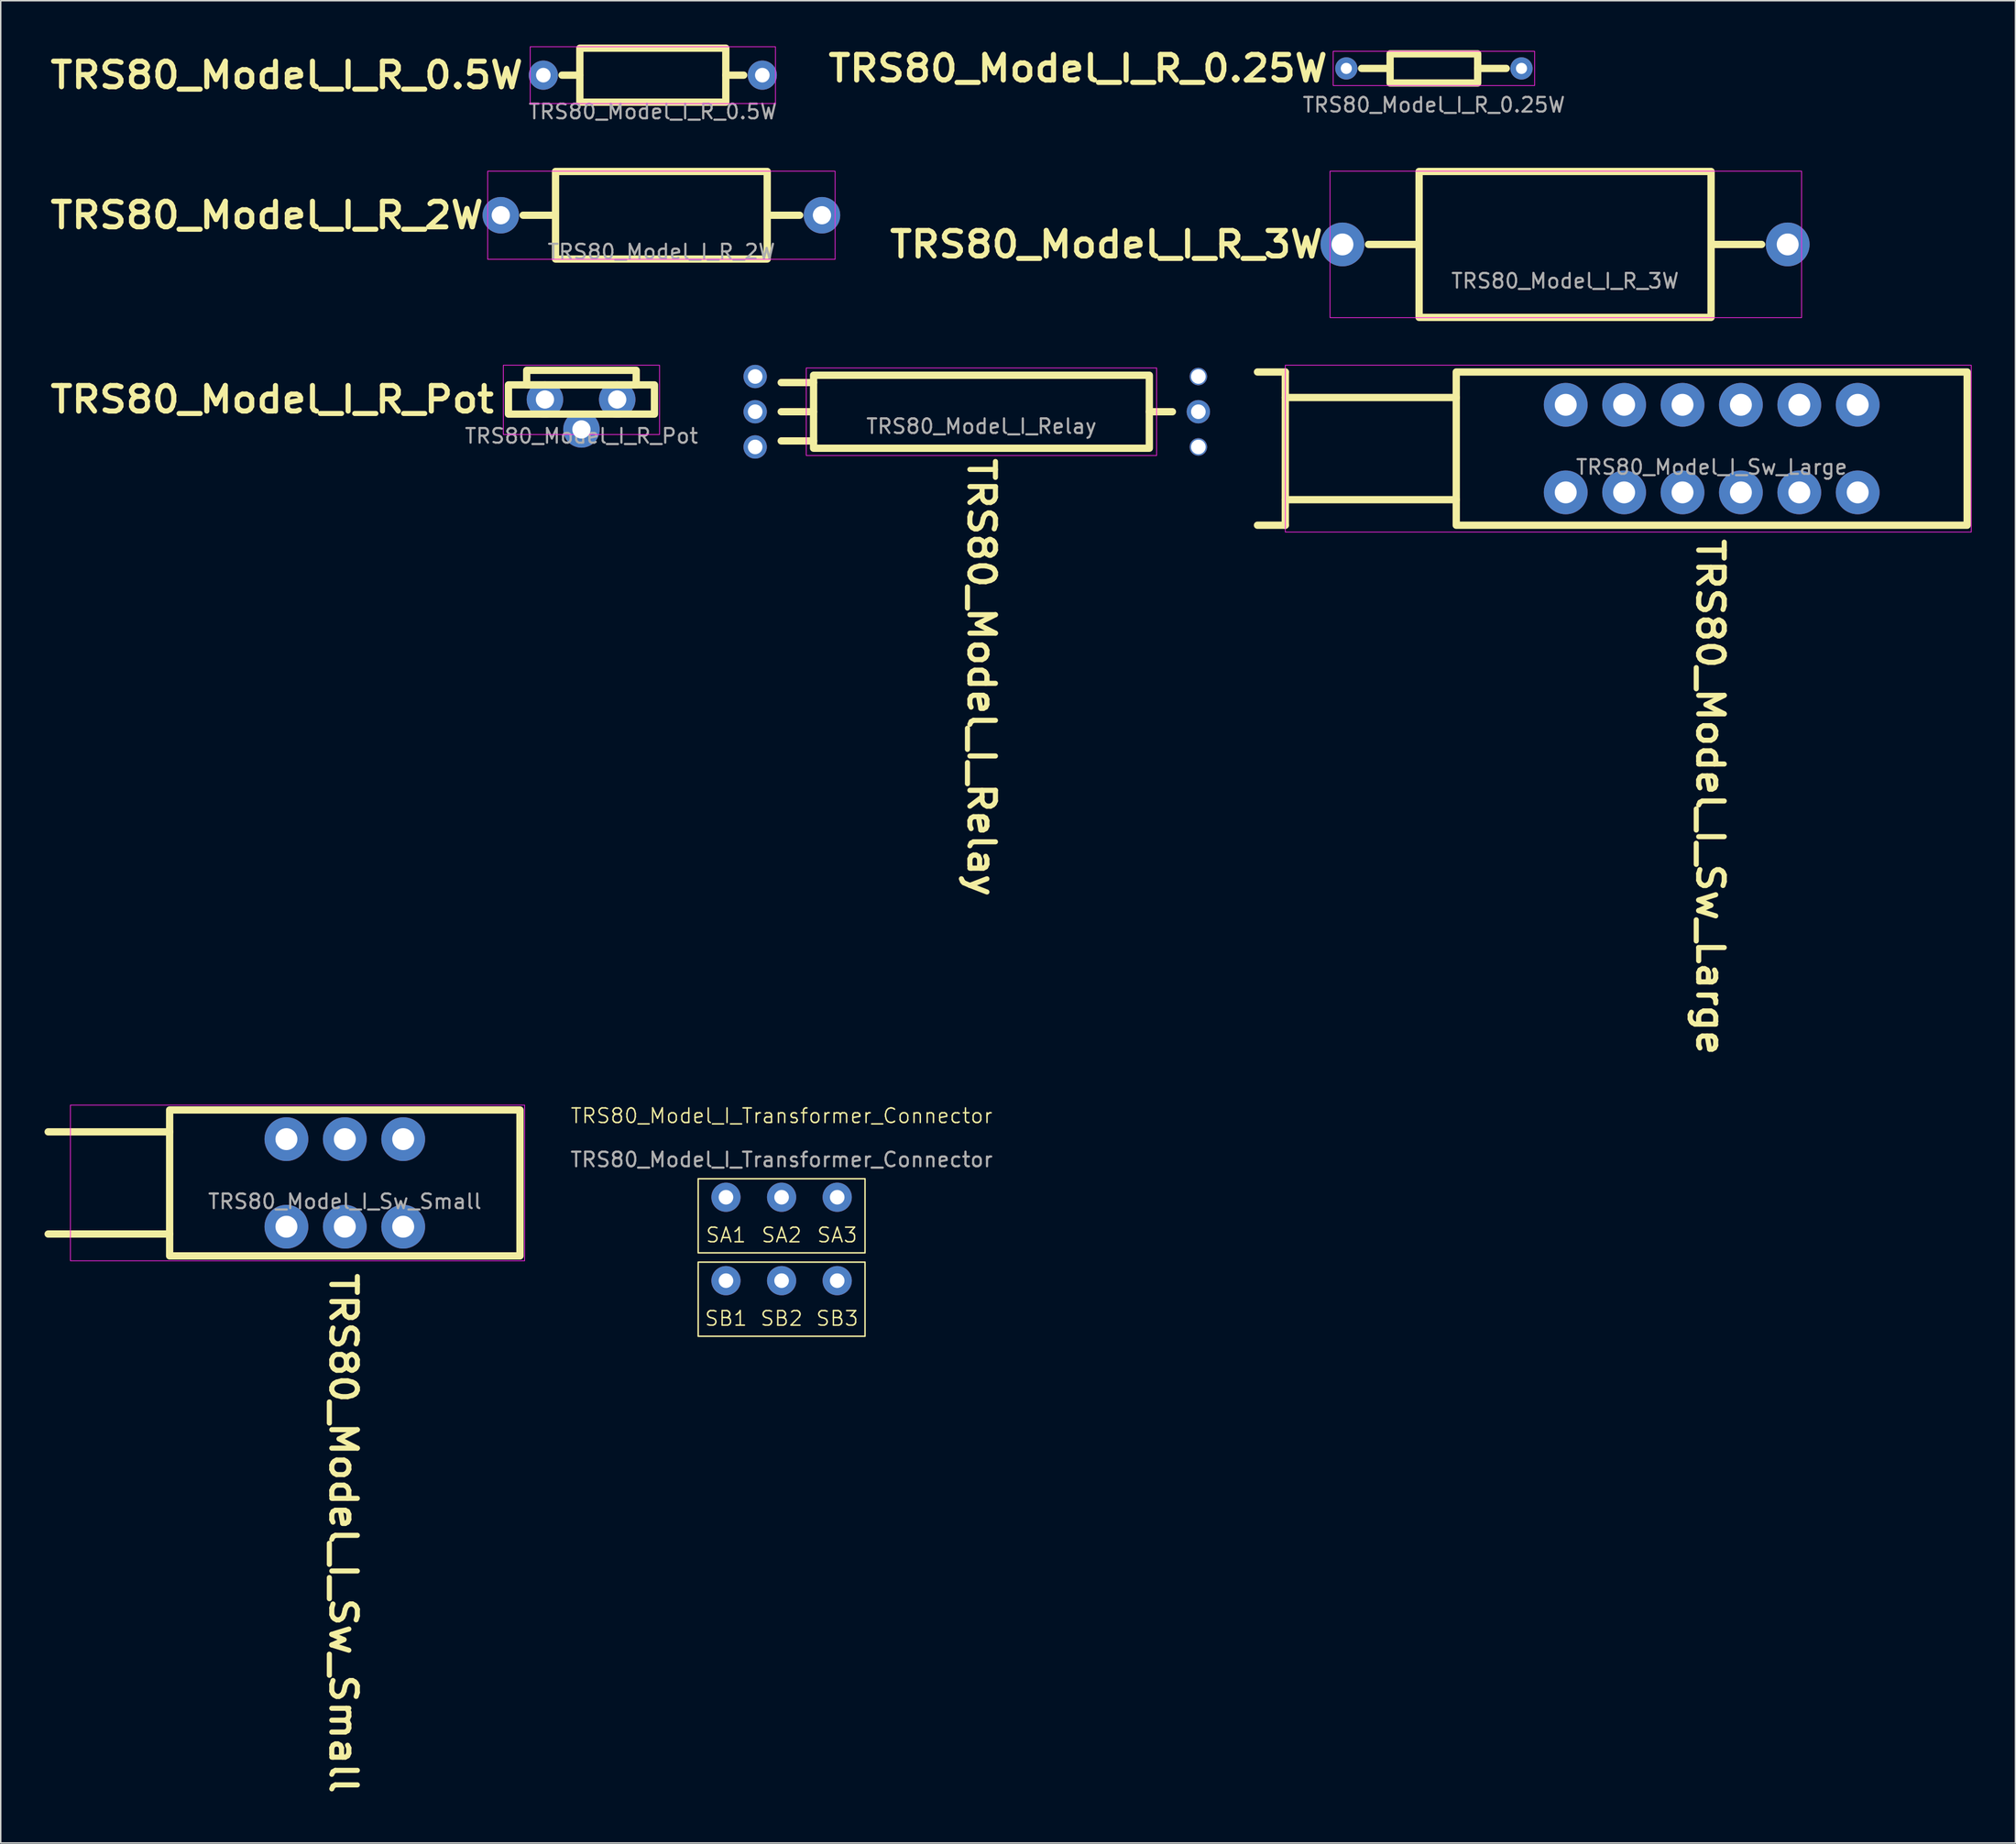
<source format=kicad_pcb>
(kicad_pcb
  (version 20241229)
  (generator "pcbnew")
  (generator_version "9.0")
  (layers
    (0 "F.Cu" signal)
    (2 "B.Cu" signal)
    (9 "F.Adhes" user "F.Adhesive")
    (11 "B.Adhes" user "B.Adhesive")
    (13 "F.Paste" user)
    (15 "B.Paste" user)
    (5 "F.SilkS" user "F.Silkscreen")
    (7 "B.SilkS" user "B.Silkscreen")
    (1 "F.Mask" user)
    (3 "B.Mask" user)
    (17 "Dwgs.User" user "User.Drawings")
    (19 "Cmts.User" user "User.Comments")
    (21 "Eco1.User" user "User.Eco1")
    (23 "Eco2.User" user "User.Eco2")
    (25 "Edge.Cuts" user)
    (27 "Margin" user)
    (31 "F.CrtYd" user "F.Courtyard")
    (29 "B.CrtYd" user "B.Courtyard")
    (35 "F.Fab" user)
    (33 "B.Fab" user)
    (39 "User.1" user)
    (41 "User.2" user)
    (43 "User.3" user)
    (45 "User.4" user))
  (footprint "TRS80_Model_I_R_Pot"
    (layer "F.Cu")
    (at 36.78 24.323)
    (property "Reference" "TRS80_Model_I_R_Pot" (at -5.8 0 0) (unlocked yes) (layer "F.SilkS") (effects (font (size 1.75 1.9) (thickness 0.35) (bold yes)) (justify right)))
    (attr through_hole)
    (fp_rect (start -5 -1) (end 5 1) (stroke (width 0.5) (type default)) (fill no) (layer "F.SilkS"))
    (fp_rect (start -3.75 -2) (end 3.75 -1) (stroke (width 0.5) (type default)) (fill no) (layer "F.SilkS"))
    (fp_rect (start -5.35 -2.35) (end 5.35 2.4) (stroke (width 0.05) (type default)) (fill no) (layer "F.CrtYd"))
    (fp_text user "${REFERENCE}" (at 0 2.5 0) (unlocked yes) (layer "F.Fab") (effects (font (size 1 1) (thickness 0.15))))
    (pad "1" thru_hole circle (at -2.5 0) (size 2.5 2.5) (drill 1.25) (layers "*.Cu" "*.Mask"))
    (pad "2" thru_hole circle (at 0 2.05) (size 2.5 2.5) (drill 1.25) (layers "*.Cu" "*.Mask"))
    (pad "3" thru_hole circle (at 2.45 0) (size 2.5 2.5) (drill 1.25) (layers "*.Cu" "*.Mask")))
  (footprint "TRS80_Model_I_R_3W"
    (layer "F.Cu")
    (at 104.161 13.698)
    (property "Reference" "TRS80_Model_I_R_3W" (at -16.4 0 0) (unlocked yes) (layer "F.SilkS") (effects (font (size 1.75 1.9) (thickness 0.35) (bold yes)) (justify right)))
    (attr through_hole)
    (fp_line (start -10.1 0) (end -13.462 0) (stroke (width 0.5) (type default)) (layer "F.SilkS"))
    (fp_line (start 10.1 0) (end 13.462 0) (stroke (width 0.5) (type default)) (layer "F.SilkS"))
    (fp_rect (start -10 -5) (end 10 5) (stroke (width 0.5) (type default)) (fill no) (layer "F.SilkS"))
    (fp_rect (start -16.1 -5.019) (end 16.2 5.019) (stroke (width 0.05) (type default)) (fill no) (layer "F.CrtYd"))
    (fp_text user "${REFERENCE}" (at 0 2.5 0) (unlocked yes) (layer "F.Fab") (effects (font (size 1 1) (thickness 0.15))))
    (pad "1" thru_hole circle (at -15.25 0) (size 3 3) (drill 1.5) (layers "*.Cu" "*.Mask"))
    (pad "2" thru_hole circle (at 15.25 0) (size 3 3) (drill 1.5) (layers "*.Cu" "*.Mask")))
  (footprint "TRS80_Model_I_Sw_Large"
    (layer "F.Cu")
    (at 114.205 27.688)
    (property "Reference" "TRS80_Model_I_Sw_Large" (at -0.1 6 270) (unlocked yes) (layer "F.SilkS") (effects (font (size 1.75 1.9) (thickness 0.35) (bold yes)) (justify left)))
    (attr through_hole)
    (fp_line (start -29.21 -5.25) (end -31.115 -5.25) (stroke (width 0.5) (type default)) (layer "F.SilkS"))
    (fp_line (start -29.21 -5.25) (end -29.21 5.25) (stroke (width 0.5) (type default)) (layer "F.SilkS"))
    (fp_line (start -29.21 5.25) (end -31.115 5.25) (stroke (width 0.5) (type default)) (layer "F.SilkS"))
    (fp_line (start -17.5 -3.5) (end -29.21 -3.5) (stroke (width 0.5) (type default)) (layer "F.SilkS"))
    (fp_line (start -17.5 3.5) (end -29.21 3.5) (stroke (width 0.5) (type default)) (layer "F.SilkS"))
    (fp_rect (start -17.5 -5.25) (end 17.5 5.25) (stroke (width 0.5) (type default)) (fill no) (layer "F.SilkS"))
    (fp_rect (start -29.21 -5.715) (end 17.78 5.715) (stroke (width 0.05) (type default)) (fill no) (layer "F.CrtYd"))
    (fp_text user "${REFERENCE}" (at 0 1.27 0) (unlocked yes) (layer "F.Fab") (effects (font (size 1 1) (thickness 0.15))))
    (pad "1" thru_hole circle (at -10 -3) (size 3 3) (drill 1.5) (layers "*.Cu" "*.Mask"))
    (pad "2" thru_hole circle (at -6 -3) (size 3 3) (drill 1.5) (layers "*.Cu" "*.Mask"))
    (pad "3" thru_hole circle (at -2 -3) (size 3 3) (drill 1.5) (layers "*.Cu" "*.Mask"))
    (pad "4" thru_hole circle (at 2 -3) (size 3 3) (drill 1.5) (layers "*.Cu" "*.Mask"))
    (pad "5" thru_hole circle (at 6 -3) (size 3 3) (drill 1.5) (layers "*.Cu" "*.Mask"))
    (pad "6" thru_hole circle (at 10 -3) (size 3 3) (drill 1.5) (layers "*.Cu" "*.Mask"))
    (pad "7" thru_hole circle (at 10 3) (size 3 3) (drill 1.5) (layers "*.Cu" "*.Mask"))
    (pad "8" thru_hole circle (at 6 3) (size 3 3) (drill 1.5) (layers "*.Cu" "*.Mask"))
    (pad "9" thru_hole circle (at 2 3) (size 3 3) (drill 1.5) (layers "*.Cu" "*.Mask"))
    (pad "10" thru_hole circle (at -2 3) (size 3 3) (drill 1.5) (layers "*.Cu" "*.Mask"))
    (pad "11" thru_hole circle (at -6 3) (size 3 3) (drill 1.5) (layers "*.Cu" "*.Mask"))
    (pad "12" thru_hole circle (at -10 3) (size 3 3) (drill 1.5) (layers "*.Cu" "*.Mask")))
  (footprint "TRS80_Model_I_R_0.5W"
    (layer "F.Cu")
    (at 41.67 2.1)
    (property "Reference" "TRS80_Model_I_R_0.5W" (at -8.7 0 0) (unlocked yes) (layer "F.SilkS") (effects (font (size 1.75 1.9) (thickness 0.35) (bold yes)) (justify right)))
    (attr through_hole)
    (fp_line (start -5 0) (end -6.223 0) (stroke (width 0.5) (type default)) (layer "F.SilkS"))
    (fp_line (start 5 0) (end 6.223 0) (stroke (width 0.5) (type default)) (layer "F.SilkS"))
    (fp_rect (start -5 -1.85) (end 5 1.85) (stroke (width 0.5) (type default)) (fill no) (layer "F.SilkS"))
    (fp_rect (start -8.4 -1.946) (end 8.4 1.946) (stroke (width 0.05) (type default)) (fill no) (layer "F.CrtYd"))
    (fp_text user "${REFERENCE}" (at 0 2.5 0) (unlocked yes) (layer "F.Fab") (effects (font (size 1 1) (thickness 0.15))))
    (pad "1" thru_hole circle (at -7.5 0) (size 2 2) (drill 1) (layers "*.Cu" "*.Mask"))
    (pad "2" thru_hole circle (at 7.5 0) (size 2 2) (drill 1) (layers "*.Cu" "*.Mask")))
  (footprint "TRS80_Model_I_Sw_Small"
    (layer "F.Cu")
    (at 20.57 78.003)
    (property "Reference" "TRS80_Model_I_Sw_Small" (at -0.1 6 270) (unlocked yes) (layer "F.SilkS") (effects (font (size 1.75 1.9) (thickness 0.35) (bold yes)) (justify left)))
    (attr through_hole)
    (fp_line (start -20.32 3.5) (end -12 3.5) (stroke (width 0.5) (type default)) (layer "F.SilkS"))
    (fp_line (start -12 -3.5) (end -20.32 -3.5) (stroke (width 0.5) (type default)) (layer "F.SilkS"))
    (fp_rect (start -12 -5) (end 12 5) (stroke (width 0.5) (type default)) (fill no) (layer "F.SilkS"))
    (fp_rect (start 12.319 -5.334) (end -18.796 5.334) (stroke (width 0.05) (type default)) (fill no) (layer "F.CrtYd"))
    (fp_text user "${REFERENCE}" (at 0 1.27 0) (unlocked yes) (layer "F.Fab") (effects (font (size 1 1) (thickness 0.15))))
    (pad "1" thru_hole circle (at -4 -3) (size 3 3) (drill 1.5) (layers "*.Cu" "*.Mask"))
    (pad "2" thru_hole circle (at 0 -3) (size 3 3) (drill 1.5) (layers "*.Cu" "*.Mask"))
    (pad "3" thru_hole circle (at 4 -3) (size 3 3) (drill 1.5) (layers "*.Cu" "*.Mask"))
    (pad "4" thru_hole circle (at 4 3) (size 3 3) (drill 1.5) (layers "*.Cu" "*.Mask"))
    (pad "5" thru_hole circle (at 0 3) (size 3 3) (drill 1.5) (layers "*.Cu" "*.Mask"))
    (pad "6" thru_hole circle (at -4 3) (size 3 3) (drill 1.5) (layers "*.Cu" "*.Mask")))
  (footprint "TRS80_Model_I_R_0.25W"
    (layer "F.Cu")
    (at 95.175 1.638)
    (property "Reference" "TRS80_Model_I_R_0.25W" (at -7.1 0 0) (unlocked yes) (layer "F.SilkS") (effects (font (size 1.75 1.9) (thickness 0.35) (bold yes)) (justify right)))
    (attr through_hole)
    (fp_line (start -3 0) (end -4.953 0) (stroke (width 0.5) (type default)) (layer "F.SilkS"))
    (fp_line (start 3 0) (end 4.953 0) (stroke (width 0.5) (type default)) (layer "F.SilkS"))
    (fp_rect (start -3 -1) (end 3 1) (stroke (width 0.5) (type default)) (fill no) (layer "F.SilkS"))
    (fp_rect (start -6.9 -1.173) (end 6.9 1.173) (stroke (width 0.05) (type default)) (fill no) (layer "F.CrtYd"))
    (fp_text user "${REFERENCE}" (at 0 2.5 0) (unlocked yes) (layer "F.Fab") (effects (font (size 1 1) (thickness 0.15))))
    (pad "1" thru_hole circle (at -6 0) (size 1.524 1.524) (drill 0.762) (layers "*.Cu" "*.Mask"))
    (pad "2" thru_hole circle (at 6 0) (size 1.524 1.524) (drill 0.762) (layers "*.Cu" "*.Mask")))
  (footprint "TRS80_Model_I_Relay"
    (layer "F.Cu")
    (at 64.181 25.161)
    (property "Reference" "TRS80_Model_I_Relay" (at 0 3 270) (unlocked yes) (layer "F.SilkS") (effects (font (size 1.75 1.9) (thickness 0.35) (bold yes)) (justify left)))
    (attr through_hole)
    (fp_line (start -13.716 -2) (end -11.5 -2) (stroke (width 0.5) (type default)) (layer "F.SilkS"))
    (fp_line (start -13.716 0) (end -11.5 0) (stroke (width 0.5) (type default)) (layer "F.SilkS"))
    (fp_line (start -13.716 2) (end -11.5 2) (stroke (width 0.5) (type default)) (layer "F.SilkS"))
    (fp_line (start 11.5 0) (end 13.081 0) (stroke (width 0.5) (type default)) (layer "F.SilkS"))
    (fp_rect (start -11.5 -2.5) (end 11.5 2.5) (stroke (width 0.5) (type default)) (fill no) (layer "F.SilkS"))
    (fp_rect (start -12 -3) (end 12 3) (stroke (width 0.05) (type default)) (fill no) (layer "F.CrtYd"))
    (fp_text user "${REFERENCE}" (at 0 1 0) (unlocked yes) (layer "F.Fab") (effects (font (size 1 1) (thickness 0.15))))
    (pad "1" thru_hole circle (at -15.5 -2.413) (size 1.6 1.6) (drill 1) (layers "*.Cu" "*.Mask"))
    (pad "2" thru_hole circle (at -15.5 2.413) (size 1.6 1.6) (drill 1) (layers "*.Cu" "*.Mask"))
    (pad "3" thru_hole circle (at -15.5 0) (size 1.6 1.6) (drill 1) (layers "*.Cu" "*.Mask"))
    (pad "4" thru_hole circle (at 14.859 0) (size 1.6 1.6) (drill 1) (layers "*.Cu" "*.Mask"))
    (pad "5" thru_hole circle (at 14.859 -2.413) (size 1.2 1.2) (drill 1) (layers "*.Cu" "*.Mask"))
    (pad "6" thru_hole circle (at 14.859 2.413) (size 1.2 1.2) (drill 1) (layers "*.Cu" "*.Mask")))
  (footprint "TRS80_Model_I_Transformer_Connector"
    (layer "F.Cu")
    (at 50.491 73.904)
    (property "Reference" "TRS80_Model_I_Transformer_Connector" (at 0 -0.5 0) (unlocked yes) (layer "F.SilkS") (effects (font (size 1 1) (thickness 0.1))))
    (attr through_hole)
    (fp_rect (start -5.715 3.81) (end 5.715 8.89) (stroke (width 0.1) (type default)) (fill no) (layer "F.SilkS"))
    (fp_rect (start -5.715 9.525) (end 5.715 14.605) (stroke (width 0.1) (type default)) (fill no) (layer "F.SilkS"))
    (fp_text user "SB3" (at 3.81 13.97 0) (unlocked yes) (layer "F.SilkS") (effects (font (size 1 1) (thickness 0.1)) (justify bottom)))
    (fp_text user "SA2" (at 0 8.255 0) (unlocked yes) (layer "F.SilkS") (effects (font (size 1 1) (thickness 0.1)) (justify bottom)))
    (fp_text user "SB1" (at -3.81 13.97 0) (unlocked yes) (layer "F.SilkS") (effects (font (size 1 1) (thickness 0.1)) (justify bottom)))
    (fp_text user "SA3" (at 3.81 8.255 0) (unlocked yes) (layer "F.SilkS") (effects (font (size 1 1) (thickness 0.1)) (justify bottom)))
    (fp_text user "SA1" (at -3.81 8.255 0) (unlocked yes) (layer "F.SilkS") (effects (font (size 1 1) (thickness 0.1)) (justify bottom)))
    (fp_text user "SB2" (at 0 13.97 0) (unlocked yes) (layer "F.SilkS") (effects (font (size 1 1) (thickness 0.1)) (justify bottom)))
    (fp_text user "${REFERENCE}" (at 0 2.5 0) (unlocked yes) (layer "F.Fab") (effects (font (size 1 1) (thickness 0.15))))
    (pad "1" thru_hole circle (at -3.81 5.08) (size 2 2) (drill 1) (layers "*.Cu" "*.Mask"))
    (pad "2" thru_hole circle (at 0 5.08) (size 2 2) (drill 1) (layers "*.Cu" "*.Mask"))
    (pad "3" thru_hole circle (at 3.81 5.08) (size 2 2) (drill 1) (layers "*.Cu" "*.Mask"))
    (pad "4" thru_hole circle (at -3.81 10.795) (size 2 2) (drill 1) (layers "*.Cu" "*.Mask"))
    (pad "5" thru_hole circle (at 0 10.795) (size 2 2) (drill 1) (layers "*.Cu" "*.Mask"))
    (pad "6" thru_hole circle (at 3.81 10.795) (size 2 2) (drill 1) (layers "*.Cu" "*.Mask")))
  (footprint "TRS80_Model_I_R_2W"
    (layer "F.Cu")
    (at 42.256 11.698)
    (property "Reference" "TRS80_Model_I_R_2W" (at -12 0 0) (unlocked yes) (layer "F.SilkS") (effects (font (size 1.75 1.9) (thickness 0.35) (bold yes)) (justify right)))
    (attr through_hole)
    (fp_line (start -7.3 0) (end -9.474 0) (stroke (width 0.5) (type default)) (layer "F.SilkS"))
    (fp_line (start 7.3 0) (end 9.474 0) (stroke (width 0.5) (type default)) (layer "F.SilkS"))
    (fp_rect (start -7.25 -3) (end 7.25 3) (stroke (width 0.5) (type default)) (fill no) (layer "F.SilkS"))
    (fp_rect (start -11.9 -3.019) (end 11.9 3.019) (stroke (width 0.05) (type default)) (fill no) (layer "F.CrtYd"))
    (fp_text user "${REFERENCE}" (at 0 2.5 0) (unlocked yes) (layer "F.Fab") (effects (font (size 1 1) (thickness 0.15))))
    (pad "1" thru_hole circle (at -11 0) (size 2.5 2.5) (drill 1.25) (layers "*.Cu" "*.Mask"))
    (pad "2" thru_hole circle (at 11 0) (size 2.5 2.5) (drill 1.25) (layers "*.Cu" "*.Mask")))
  (gr_rect
    (start -3 -3)
    (end 135.01 123.23)
    (stroke (width 0.1) (type default))
    (fill no)
    (layer "Edge.Cuts")))
</source>
